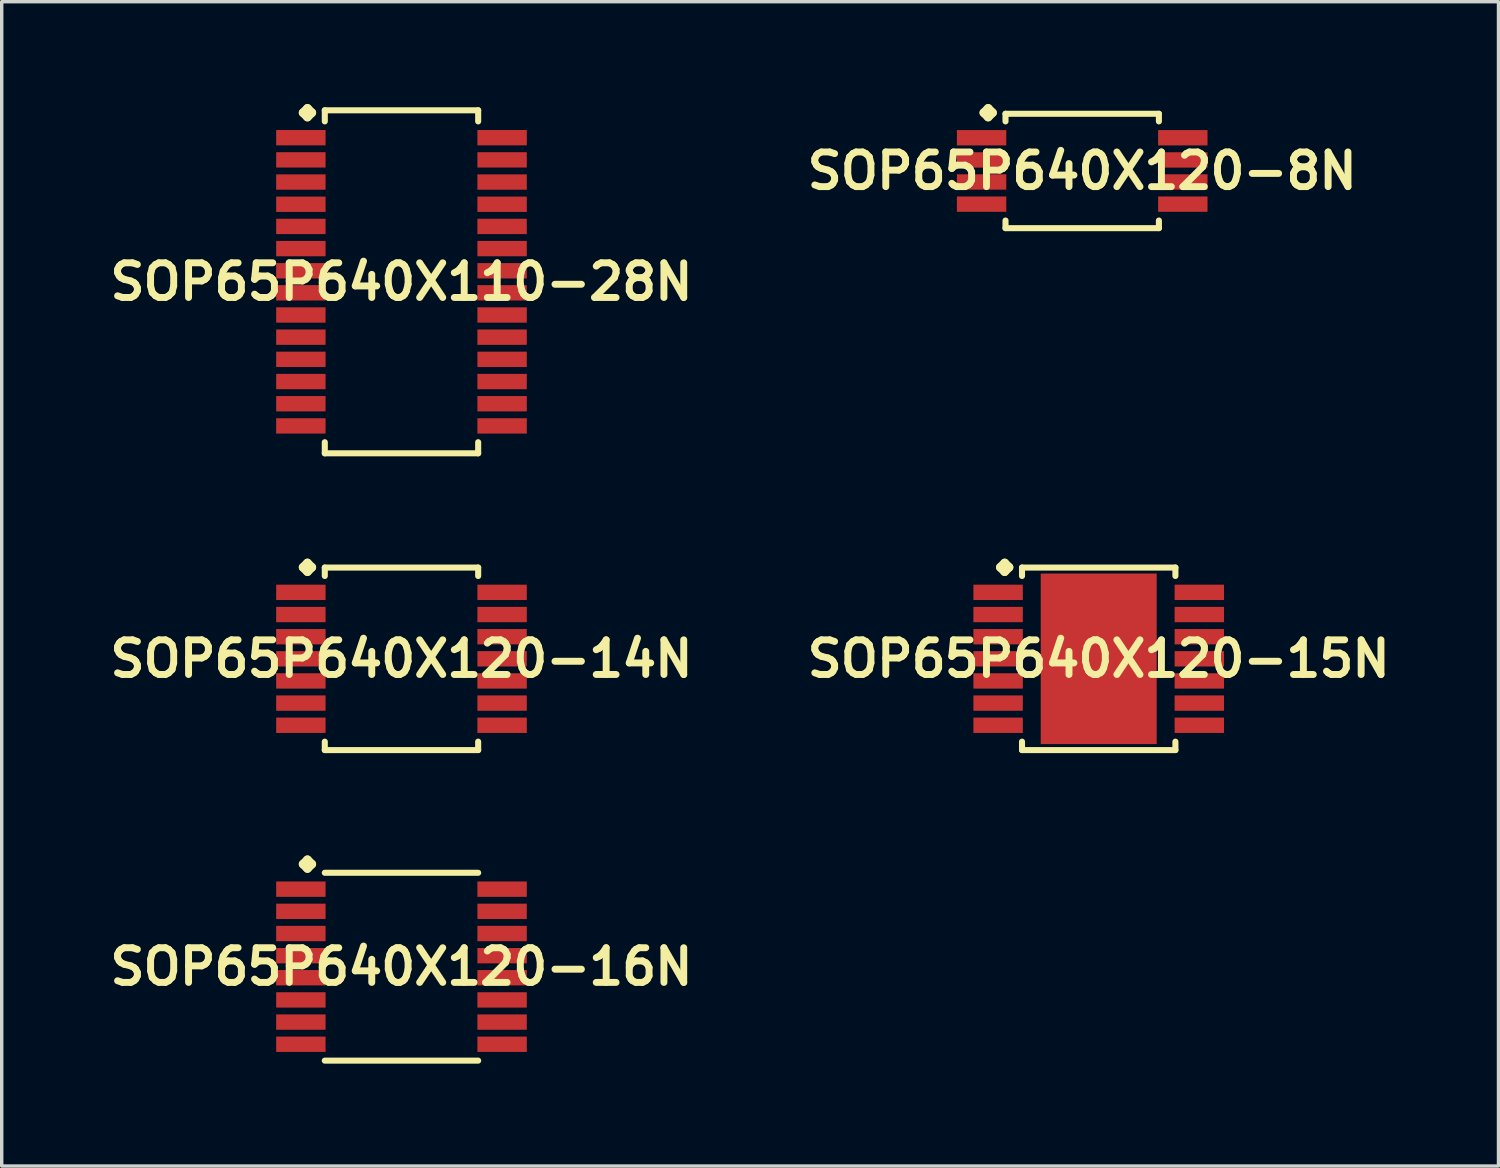
<source format=kicad_pcb>
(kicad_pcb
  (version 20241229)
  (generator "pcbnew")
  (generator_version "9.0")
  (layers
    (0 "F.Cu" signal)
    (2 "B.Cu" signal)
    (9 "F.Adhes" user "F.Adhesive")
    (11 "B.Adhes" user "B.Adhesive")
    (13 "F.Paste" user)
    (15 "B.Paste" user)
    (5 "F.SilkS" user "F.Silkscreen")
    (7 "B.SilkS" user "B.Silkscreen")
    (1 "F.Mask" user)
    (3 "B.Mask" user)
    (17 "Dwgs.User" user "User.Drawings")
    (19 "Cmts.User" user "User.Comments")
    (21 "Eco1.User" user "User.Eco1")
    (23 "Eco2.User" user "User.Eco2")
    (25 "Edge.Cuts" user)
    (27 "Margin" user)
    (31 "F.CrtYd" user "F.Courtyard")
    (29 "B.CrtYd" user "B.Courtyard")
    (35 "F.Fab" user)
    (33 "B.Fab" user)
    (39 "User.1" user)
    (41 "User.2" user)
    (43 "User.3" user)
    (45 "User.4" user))
  (footprint "SOP65P640X110-28N"
    (layer "F.Cu")
    (at 8.718 5.21)
    (property "Reference" "SOP65P640X110-28N" (at 0 0 0) (layer "F.SilkS") (effects (font (size 1.016 1.016) (thickness 0.203))))
    (attr smd)
    (fp_line (start -2.883 -4.956) (end -2.756 -5.083) (stroke (width 0.254) (type solid)) (layer "F.SilkS"))
    (fp_line (start -2.756 -5.083) (end -2.629 -4.956) (stroke (width 0.254) (type solid)) (layer "F.SilkS"))
    (fp_line (start -2.756 -4.829) (end -2.883 -4.956) (stroke (width 0.254) (type solid)) (layer "F.SilkS"))
    (fp_line (start -2.629 -4.956) (end -2.756 -4.829) (stroke (width 0.254) (type solid)) (layer "F.SilkS"))
    (fp_line (start -2.248 -5.027) (end 2.248 -5.027) (stroke (width 0.178) (type solid)) (layer "F.SilkS"))
    (fp_line (start -2.248 -4.702) (end -2.248 -5.027) (stroke (width 0.178) (type solid)) (layer "F.SilkS"))
    (fp_line (start -2.248 4.702) (end -2.248 5.027) (stroke (width 0.178) (type solid)) (layer "F.SilkS"))
    (fp_line (start -2.248 5.027) (end 2.248 5.027) (stroke (width 0.178) (type solid)) (layer "F.SilkS"))
    (fp_line (start 2.248 -5.027) (end 2.248 -4.702) (stroke (width 0.178) (type solid)) (layer "F.SilkS"))
    (fp_line (start 2.248 5.027) (end 2.248 4.702) (stroke (width 0.178) (type solid)) (layer "F.SilkS"))
    (pad "1" smd rect (at -2.949 -4.224) (size 1.448 0.45) (layers "F.Cu" "F.Mask" "F.Paste"))
    (pad "2" smd rect (at -2.949 -3.574) (size 1.448 0.45) (layers "F.Cu" "F.Mask" "F.Paste"))
    (pad "3" smd rect (at -2.949 -2.924) (size 1.448 0.45) (layers "F.Cu" "F.Mask" "F.Paste"))
    (pad "4" smd rect (at -2.949 -2.273) (size 1.448 0.45) (layers "F.Cu" "F.Mask" "F.Paste"))
    (pad "5" smd rect (at -2.949 -1.623) (size 1.448 0.45) (layers "F.Cu" "F.Mask" "F.Paste"))
    (pad "6" smd rect (at -2.949 -0.973) (size 1.448 0.45) (layers "F.Cu" "F.Mask" "F.Paste"))
    (pad "7" smd rect (at -2.949 -0.323) (size 1.448 0.45) (layers "F.Cu" "F.Mask" "F.Paste"))
    (pad "8" smd rect (at -2.949 0.323) (size 1.448 0.45) (layers "F.Cu" "F.Mask" "F.Paste"))
    (pad "9" smd rect (at -2.949 0.973) (size 1.448 0.45) (layers "F.Cu" "F.Mask" "F.Paste"))
    (pad "10" smd rect (at -2.949 1.623) (size 1.448 0.45) (layers "F.Cu" "F.Mask" "F.Paste"))
    (pad "11" smd rect (at -2.949 2.273) (size 1.448 0.45) (layers "F.Cu" "F.Mask" "F.Paste"))
    (pad "12" smd rect (at -2.949 2.924) (size 1.448 0.45) (layers "F.Cu" "F.Mask" "F.Paste"))
    (pad "13" smd rect (at -2.949 3.574) (size 1.448 0.45) (layers "F.Cu" "F.Mask" "F.Paste"))
    (pad "14" smd rect (at -2.949 4.224) (size 1.448 0.45) (layers "F.Cu" "F.Mask" "F.Paste"))
    (pad "15" smd rect (at 2.949 4.224) (size 1.448 0.45) (layers "F.Cu" "F.Mask" "F.Paste"))
    (pad "16" smd rect (at 2.949 3.574) (size 1.448 0.45) (layers "F.Cu" "F.Mask" "F.Paste"))
    (pad "17" smd rect (at 2.949 2.924) (size 1.448 0.45) (layers "F.Cu" "F.Mask" "F.Paste"))
    (pad "18" smd rect (at 2.949 2.273) (size 1.448 0.45) (layers "F.Cu" "F.Mask" "F.Paste"))
    (pad "19" smd rect (at 2.949 1.623) (size 1.448 0.45) (layers "F.Cu" "F.Mask" "F.Paste"))
    (pad "20" smd rect (at 2.949 0.973) (size 1.448 0.45) (layers "F.Cu" "F.Mask" "F.Paste"))
    (pad "21" smd rect (at 2.949 0.323) (size 1.448 0.45) (layers "F.Cu" "F.Mask" "F.Paste"))
    (pad "22" smd rect (at 2.949 -0.323) (size 1.448 0.45) (layers "F.Cu" "F.Mask" "F.Paste"))
    (pad "23" smd rect (at 2.949 -0.973) (size 1.448 0.45) (layers "F.Cu" "F.Mask" "F.Paste"))
    (pad "24" smd rect (at 2.949 -1.623) (size 1.448 0.45) (layers "F.Cu" "F.Mask" "F.Paste"))
    (pad "25" smd rect (at 2.949 -2.273) (size 1.448 0.45) (layers "F.Cu" "F.Mask" "F.Paste"))
    (pad "26" smd rect (at 2.949 -2.924) (size 1.448 0.45) (layers "F.Cu" "F.Mask" "F.Paste"))
    (pad "27" smd rect (at 2.949 -3.574) (size 1.448 0.45) (layers "F.Cu" "F.Mask" "F.Paste"))
    (pad "28" smd rect (at 2.949 -4.224) (size 1.448 0.45) (layers "F.Cu" "F.Mask" "F.Paste")))
  (footprint "SOP65P640X120-8N"
    (layer "F.Cu")
    (at 28.671 1.961)
    (property "Reference" "SOP65P640X120-8N" (at 0 0 0) (layer "F.SilkS") (effects (font (size 1.016 1.016) (thickness 0.203))))
    (attr smd)
    (fp_line (start -2.883 -1.707) (end -2.756 -1.834) (stroke (width 0.254) (type solid)) (layer "F.SilkS"))
    (fp_line (start -2.756 -1.834) (end -2.629 -1.707) (stroke (width 0.254) (type solid)) (layer "F.SilkS"))
    (fp_line (start -2.756 -1.58) (end -2.883 -1.707) (stroke (width 0.254) (type solid)) (layer "F.SilkS"))
    (fp_line (start -2.629 -1.707) (end -2.756 -1.58) (stroke (width 0.254) (type solid)) (layer "F.SilkS"))
    (fp_line (start -2.248 -1.676) (end 2.248 -1.676) (stroke (width 0.178) (type solid)) (layer "F.SilkS"))
    (fp_line (start -2.248 -1.453) (end -2.248 -1.676) (stroke (width 0.178) (type solid)) (layer "F.SilkS"))
    (fp_line (start -2.248 1.453) (end -2.248 1.676) (stroke (width 0.178) (type solid)) (layer "F.SilkS"))
    (fp_line (start -2.248 1.676) (end 2.248 1.676) (stroke (width 0.178) (type solid)) (layer "F.SilkS"))
    (fp_line (start 2.248 -1.676) (end 2.248 -1.453) (stroke (width 0.178) (type solid)) (layer "F.SilkS"))
    (fp_line (start 2.248 1.676) (end 2.248 1.453) (stroke (width 0.178) (type solid)) (layer "F.SilkS"))
    (pad "1" smd rect (at -2.949 -0.973) (size 1.448 0.45) (layers "F.Cu" "F.Mask" "F.Paste"))
    (pad "2" smd rect (at -2.949 -0.323) (size 1.448 0.45) (layers "F.Cu" "F.Mask" "F.Paste"))
    (pad "3" smd rect (at -2.949 0.323) (size 1.448 0.45) (layers "F.Cu" "F.Mask" "F.Paste"))
    (pad "4" smd rect (at -2.949 0.973) (size 1.448 0.45) (layers "F.Cu" "F.Mask" "F.Paste"))
    (pad "5" smd rect (at 2.949 0.973) (size 1.448 0.45) (layers "F.Cu" "F.Mask" "F.Paste"))
    (pad "6" smd rect (at 2.949 0.323) (size 1.448 0.45) (layers "F.Cu" "F.Mask" "F.Paste"))
    (pad "7" smd rect (at 2.949 -0.323) (size 1.448 0.45) (layers "F.Cu" "F.Mask" "F.Paste"))
    (pad "8" smd rect (at 2.949 -0.973) (size 1.448 0.45) (layers "F.Cu" "F.Mask" "F.Paste")))
  (footprint "SOP65P640X120-15N"
    (layer "F.Cu")
    (at 29.155 16.261)
    (property "Reference" "SOP65P640X120-15N" (at 0 0 0) (layer "F.SilkS") (effects (font (size 1.016 1.016) (thickness 0.203))))
    (attr smd)
    (fp_line (start -2.883 -2.682) (end -2.756 -2.809) (stroke (width 0.254) (type solid)) (layer "F.SilkS"))
    (fp_line (start -2.756 -2.809) (end -2.629 -2.682) (stroke (width 0.254) (type solid)) (layer "F.SilkS"))
    (fp_line (start -2.756 -2.555) (end -2.883 -2.682) (stroke (width 0.254) (type solid)) (layer "F.SilkS"))
    (fp_line (start -2.629 -2.682) (end -2.756 -2.555) (stroke (width 0.254) (type solid)) (layer "F.SilkS"))
    (fp_line (start -2.248 -2.675) (end 2.248 -2.675) (stroke (width 0.178) (type solid)) (layer "F.SilkS"))
    (fp_line (start -2.248 -2.428) (end -2.248 -2.675) (stroke (width 0.178) (type solid)) (layer "F.SilkS"))
    (fp_line (start -2.248 2.428) (end -2.248 2.675) (stroke (width 0.178) (type solid)) (layer "F.SilkS"))
    (fp_line (start -2.248 2.675) (end 2.248 2.675) (stroke (width 0.178) (type solid)) (layer "F.SilkS"))
    (fp_line (start 2.248 -2.675) (end 2.248 -2.428) (stroke (width 0.178) (type solid)) (layer "F.SilkS"))
    (fp_line (start 2.248 2.675) (end 2.248 2.428) (stroke (width 0.178) (type solid)) (layer "F.SilkS"))
    (pad "1" smd rect (at -2.949 -1.948) (size 1.448 0.45) (layers "F.Cu" "F.Mask" "F.Paste"))
    (pad "2" smd rect (at -2.949 -1.298) (size 1.448 0.45) (layers "F.Cu" "F.Mask" "F.Paste"))
    (pad "3" smd rect (at -2.949 -0.648) (size 1.448 0.45) (layers "F.Cu" "F.Mask" "F.Paste"))
    (pad "4" smd rect (at -2.949 0) (size 1.448 0.45) (layers "F.Cu" "F.Mask" "F.Paste"))
    (pad "5" smd rect (at -2.949 0.648) (size 1.448 0.45) (layers "F.Cu" "F.Mask" "F.Paste"))
    (pad "6" smd rect (at -2.949 1.298) (size 1.448 0.45) (layers "F.Cu" "F.Mask" "F.Paste"))
    (pad "7" smd rect (at -2.949 1.948) (size 1.448 0.45) (layers "F.Cu" "F.Mask" "F.Paste"))
    (pad "8" smd rect (at 2.949 1.948) (size 1.448 0.45) (layers "F.Cu" "F.Mask" "F.Paste"))
    (pad "9" smd rect (at 2.949 1.298) (size 1.448 0.45) (layers "F.Cu" "F.Mask" "F.Paste"))
    (pad "10" smd rect (at 2.949 0.648) (size 1.448 0.45) (layers "F.Cu" "F.Mask" "F.Paste"))
    (pad "11" smd rect (at 2.949 0) (size 1.448 0.45) (layers "F.Cu" "F.Mask" "F.Paste"))
    (pad "12" smd rect (at 2.949 -0.648) (size 1.448 0.45) (layers "F.Cu" "F.Mask" "F.Paste"))
    (pad "13" smd rect (at 2.949 -1.298) (size 1.448 0.45) (layers "F.Cu" "F.Mask" "F.Paste"))
    (pad "14" smd rect (at 2.949 -1.948) (size 1.448 0.45) (layers "F.Cu" "F.Mask" "F.Paste"))
    (pad "15" smd rect (at 0 0) (size 3.399 4.999) (layers "F.Cu" "F.Mask" "F.Paste")))
  (footprint "SOP65P640X120-16N"
    (layer "F.Cu")
    (at 8.718 25.286)
    (property "Reference" "SOP65P640X120-16N" (at 0 0 0) (layer "F.SilkS") (effects (font (size 1.016 1.016) (thickness 0.203))))
    (attr smd)
    (fp_line (start -2.883 -3.007) (end -2.756 -3.134) (stroke (width 0.254) (type solid)) (layer "F.SilkS"))
    (fp_line (start -2.756 -3.134) (end -2.629 -3.007) (stroke (width 0.254) (type solid)) (layer "F.SilkS"))
    (fp_line (start -2.756 -2.88) (end -2.883 -3.007) (stroke (width 0.254) (type solid)) (layer "F.SilkS"))
    (fp_line (start -2.629 -3.007) (end -2.756 -2.88) (stroke (width 0.254) (type solid)) (layer "F.SilkS"))
    (fp_line (start -2.248 -2.753) (end 2.248 -2.753) (stroke (width 0.178) (type solid)) (layer "F.SilkS"))
    (fp_line (start -2.248 2.753) (end 2.248 2.753) (stroke (width 0.178) (type solid)) (layer "F.SilkS"))
    (pad "1" smd rect (at -2.949 -2.273) (size 1.448 0.45) (layers "F.Cu" "F.Mask" "F.Paste"))
    (pad "2" smd rect (at -2.949 -1.623) (size 1.448 0.45) (layers "F.Cu" "F.Mask" "F.Paste"))
    (pad "3" smd rect (at -2.949 -0.973) (size 1.448 0.45) (layers "F.Cu" "F.Mask" "F.Paste"))
    (pad "4" smd rect (at -2.949 -0.323) (size 1.448 0.45) (layers "F.Cu" "F.Mask" "F.Paste"))
    (pad "5" smd rect (at -2.949 0.323) (size 1.448 0.45) (layers "F.Cu" "F.Mask" "F.Paste"))
    (pad "6" smd rect (at -2.949 0.973) (size 1.448 0.45) (layers "F.Cu" "F.Mask" "F.Paste"))
    (pad "7" smd rect (at -2.949 1.623) (size 1.448 0.45) (layers "F.Cu" "F.Mask" "F.Paste"))
    (pad "8" smd rect (at -2.949 2.273) (size 1.448 0.45) (layers "F.Cu" "F.Mask" "F.Paste"))
    (pad "9" smd rect (at 2.949 2.273) (size 1.448 0.45) (layers "F.Cu" "F.Mask" "F.Paste"))
    (pad "10" smd rect (at 2.949 1.623) (size 1.448 0.45) (layers "F.Cu" "F.Mask" "F.Paste"))
    (pad "11" smd rect (at 2.949 0.973) (size 1.448 0.45) (layers "F.Cu" "F.Mask" "F.Paste"))
    (pad "12" smd rect (at 2.949 0.323) (size 1.448 0.45) (layers "F.Cu" "F.Mask" "F.Paste"))
    (pad "13" smd rect (at 2.949 -0.323) (size 1.448 0.45) (layers "F.Cu" "F.Mask" "F.Paste"))
    (pad "14" smd rect (at 2.949 -0.973) (size 1.448 0.45) (layers "F.Cu" "F.Mask" "F.Paste"))
    (pad "15" smd rect (at 2.949 -1.623) (size 1.448 0.45) (layers "F.Cu" "F.Mask" "F.Paste"))
    (pad "16" smd rect (at 2.949 -2.273) (size 1.448 0.45) (layers "F.Cu" "F.Mask" "F.Paste")))
  (footprint "SOP65P640X120-14N"
    (layer "F.Cu")
    (at 8.718 16.261)
    (property "Reference" "SOP65P640X120-14N" (at 0 0 0) (layer "F.SilkS") (effects (font (size 1.016 1.016) (thickness 0.203))))
    (attr smd)
    (fp_line (start -2.883 -2.682) (end -2.756 -2.809) (stroke (width 0.254) (type solid)) (layer "F.SilkS"))
    (fp_line (start -2.756 -2.809) (end -2.629 -2.682) (stroke (width 0.254) (type solid)) (layer "F.SilkS"))
    (fp_line (start -2.756 -2.555) (end -2.883 -2.682) (stroke (width 0.254) (type solid)) (layer "F.SilkS"))
    (fp_line (start -2.629 -2.682) (end -2.756 -2.555) (stroke (width 0.254) (type solid)) (layer "F.SilkS"))
    (fp_line (start -2.248 -2.675) (end 2.248 -2.675) (stroke (width 0.178) (type solid)) (layer "F.SilkS"))
    (fp_line (start -2.248 -2.428) (end -2.248 -2.675) (stroke (width 0.178) (type solid)) (layer "F.SilkS"))
    (fp_line (start -2.248 2.428) (end -2.248 2.675) (stroke (width 0.178) (type solid)) (layer "F.SilkS"))
    (fp_line (start -2.248 2.675) (end 2.248 2.675) (stroke (width 0.178) (type solid)) (layer "F.SilkS"))
    (fp_line (start 2.248 -2.675) (end 2.248 -2.428) (stroke (width 0.178) (type solid)) (layer "F.SilkS"))
    (fp_line (start 2.248 2.675) (end 2.248 2.428) (stroke (width 0.178) (type solid)) (layer "F.SilkS"))
    (pad "1" smd rect (at -2.949 -1.948) (size 1.448 0.45) (layers "F.Cu" "F.Mask" "F.Paste"))
    (pad "2" smd rect (at -2.949 -1.298) (size 1.448 0.45) (layers "F.Cu" "F.Mask" "F.Paste"))
    (pad "3" smd rect (at -2.949 -0.648) (size 1.448 0.45) (layers "F.Cu" "F.Mask" "F.Paste"))
    (pad "4" smd rect (at -2.949 0) (size 1.448 0.45) (layers "F.Cu" "F.Mask" "F.Paste"))
    (pad "5" smd rect (at -2.949 0.648) (size 1.448 0.45) (layers "F.Cu" "F.Mask" "F.Paste"))
    (pad "6" smd rect (at -2.949 1.298) (size 1.448 0.45) (layers "F.Cu" "F.Mask" "F.Paste"))
    (pad "7" smd rect (at -2.949 1.948) (size 1.448 0.45) (layers "F.Cu" "F.Mask" "F.Paste"))
    (pad "8" smd rect (at 2.949 1.948) (size 1.448 0.45) (layers "F.Cu" "F.Mask" "F.Paste"))
    (pad "9" smd rect (at 2.949 1.298) (size 1.448 0.45) (layers "F.Cu" "F.Mask" "F.Paste"))
    (pad "10" smd rect (at 2.949 0.648) (size 1.448 0.45) (layers "F.Cu" "F.Mask" "F.Paste"))
    (pad "11" smd rect (at 2.949 0) (size 1.448 0.45) (layers "F.Cu" "F.Mask" "F.Paste"))
    (pad "12" smd rect (at 2.949 -0.648) (size 1.448 0.45) (layers "F.Cu" "F.Mask" "F.Paste"))
    (pad "13" smd rect (at 2.949 -1.298) (size 1.448 0.45) (layers "F.Cu" "F.Mask" "F.Paste"))
    (pad "14" smd rect (at 2.949 -1.948) (size 1.448 0.45) (layers "F.Cu" "F.Mask" "F.Paste")))
  (gr_rect
    (start -3 -3)
    (end 40.873 31.128)
    (stroke (width 0.1) (type default))
    (fill no)
    (layer "Edge.Cuts")))
</source>
